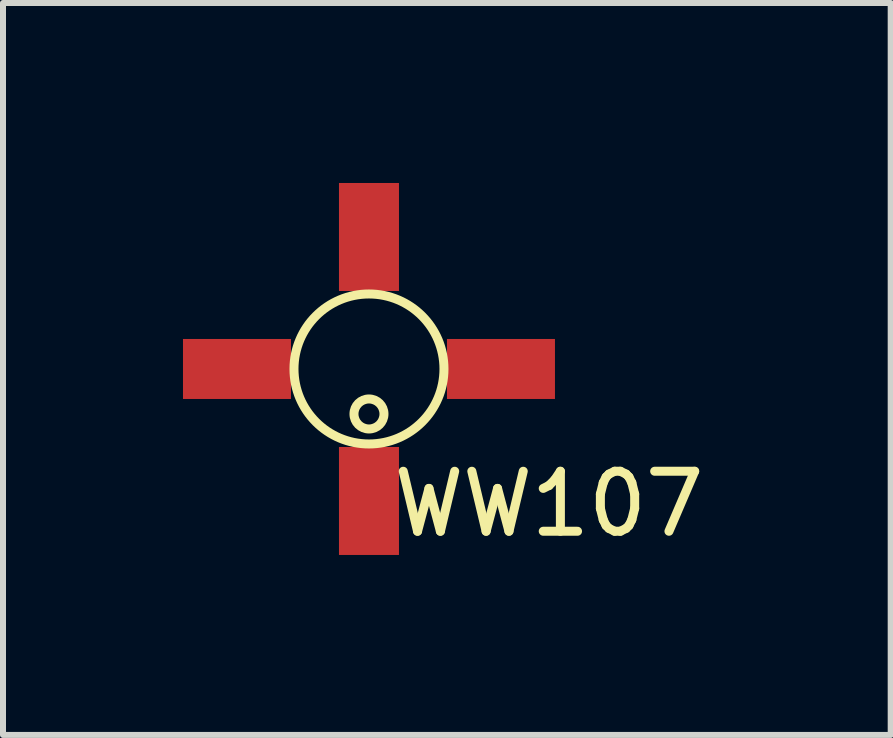
<source format=kicad_pcb>
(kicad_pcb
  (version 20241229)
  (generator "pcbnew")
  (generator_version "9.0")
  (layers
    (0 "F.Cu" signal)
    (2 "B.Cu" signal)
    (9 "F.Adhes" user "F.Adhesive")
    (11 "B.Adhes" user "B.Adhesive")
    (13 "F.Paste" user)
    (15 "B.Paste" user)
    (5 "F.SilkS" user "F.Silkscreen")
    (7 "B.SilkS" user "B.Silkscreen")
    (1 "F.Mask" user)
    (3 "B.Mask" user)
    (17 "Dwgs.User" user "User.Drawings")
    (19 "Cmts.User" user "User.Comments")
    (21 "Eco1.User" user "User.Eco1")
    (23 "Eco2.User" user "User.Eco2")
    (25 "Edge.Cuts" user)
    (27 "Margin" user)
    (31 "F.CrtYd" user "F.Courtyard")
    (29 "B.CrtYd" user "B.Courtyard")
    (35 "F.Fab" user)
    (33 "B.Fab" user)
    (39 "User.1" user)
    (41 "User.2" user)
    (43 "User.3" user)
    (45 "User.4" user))
  (footprint "WW107"
    (layer "F.Cu")
    (at 3.1 3.1)
    (property "Reference" "WW107" (at 3 2.25 0) (layer "F.SilkS") (effects (font (size 1 1) (thickness 0.15))))
    (attr through_hole)
    (fp_circle (center 0 0) (end 0.75 -1) (stroke (width 0.15) (type solid)) (fill no) (layer "F.SilkS"))
    (fp_circle (center 0 0.75) (end 0 0.5) (stroke (width 0.15) (type solid)) (fill no) (layer "F.SilkS"))
    (pad "1" smd rect (at 0 2.2) (size 1 1.8) (layers "F.Cu" "F.Mask" "F.Paste"))
    (pad "2" smd rect (at 2.2 0 90) (size 1 1.8) (layers "F.Cu" "F.Mask" "F.Paste"))
    (pad "3" smd rect (at 0 -2.2) (size 1 1.8) (layers "F.Cu" "F.Mask" "F.Paste"))
    (pad "4" smd rect (at -2.2 0 90) (size 1 1.8) (layers "F.Cu" "F.Mask" "F.Paste")))
  (gr_rect
    (start -3 -3)
    (end 11.796 9.2)
    (stroke (width 0.1) (type default))
    (fill no)
    (layer "Edge.Cuts")))
</source>
